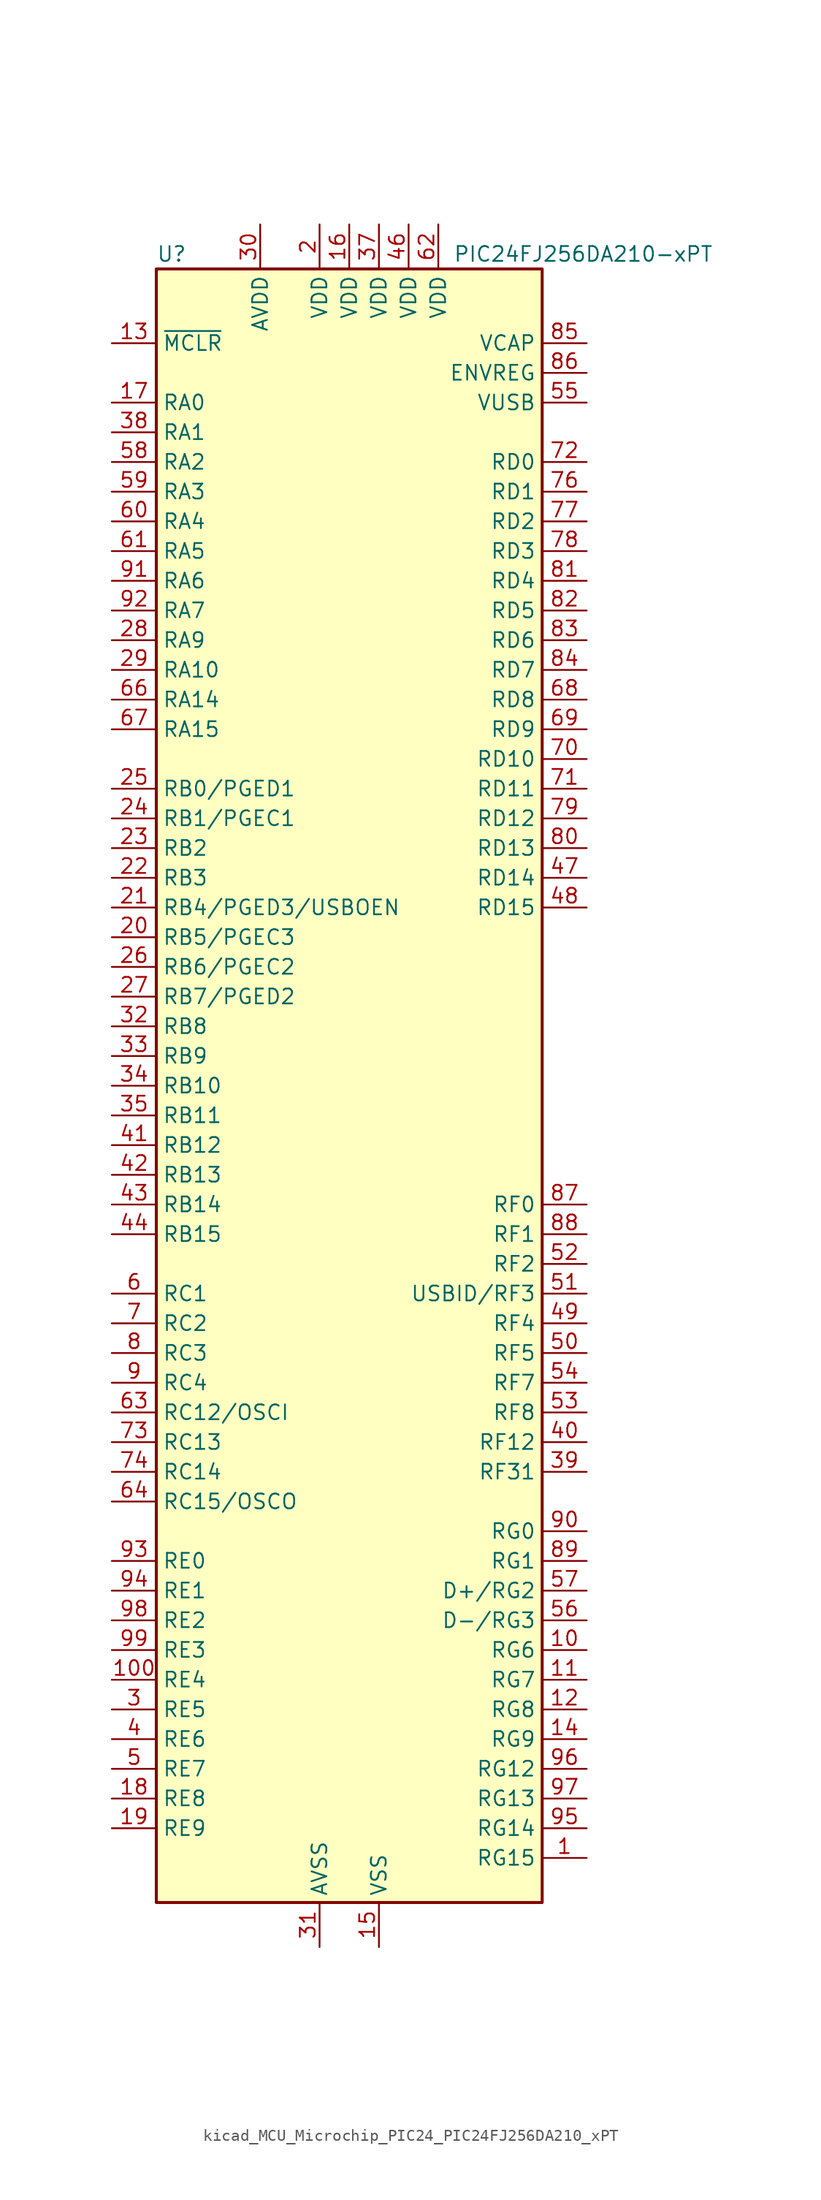
<source format=kicad_sym>
(kicad_symbol_lib
  (version 20220914)
  (generator kicad_symbol_editor)
  (symbol "kicad_MCU_Microchip_PIC24_PIC24FJ256DA210_xPT"
    (property "Reference" "U"
      (at -16.51 71.12 0)
      (effects (font (size 1.27 1.27)) (justify left)))
    (property "Value" "PIC24FJ256DA210-xPT"
      (at 8.89 71.12 0)
      (effects (font (size 1.27 1.27)) (justify left)))
    (symbol "kicad_MCU_Microchip_PIC24_PIC24FJ256DA210_xPT_1_1"
      (rectangle (start -16.51 69.85) (end 16.51 -69.85) (stroke (width 0.254) (type default)) (fill (type background)))
      (pin bidirectional line (at 20.32 -66.04 180) (length 3.81) (name "RG15" (effects (font (size 1.27 1.27)))) (number "1" (effects (font (size 1.27 1.27)))))
      (pin bidirectional line (at 20.32 -48.26 180) (length 3.81) (name "RG6" (effects (font (size 1.27 1.27)))) (number "10" (effects (font (size 1.27 1.27)))))
      (pin bidirectional line (at -20.32 -50.8 0) (length 3.81) (name "RE4" (effects (font (size 1.27 1.27)))) (number "100" (effects (font (size 1.27 1.27)))))
      (pin bidirectional line (at 20.32 -50.8 180) (length 3.81) (name "RG7" (effects (font (size 1.27 1.27)))) (number "11" (effects (font (size 1.27 1.27)))))
      (pin bidirectional line (at 20.32 -53.34 180) (length 3.81) (name "RG8" (effects (font (size 1.27 1.27)))) (number "12" (effects (font (size 1.27 1.27)))))
      (pin input line (at -20.32 63.5 0) (length 3.81) (name "~{MCLR}" (effects (font (size 1.27 1.27)))) (number "13" (effects (font (size 1.27 1.27)))))
      (pin bidirectional line (at 20.32 -55.88 180) (length 3.81) (name "RG9" (effects (font (size 1.27 1.27)))) (number "14" (effects (font (size 1.27 1.27)))))
      (pin power_in line (at 2.54 -73.66 90) (length 3.81) (name "VSS" (effects (font (size 1.27 1.27)))) (number "15" (effects (font (size 1.27 1.27)))))
      (pin power_in line (at 0 73.66 270) (length 3.81) (name "VDD" (effects (font (size 1.27 1.27)))) (number "16" (effects (font (size 1.27 1.27)))))
      (pin bidirectional line (at -20.32 58.42 0) (length 3.81) (name "RA0" (effects (font (size 1.27 1.27)))) (number "17" (effects (font (size 1.27 1.27)))))
      (pin bidirectional line (at -20.32 -60.96 0) (length 3.81) (name "RE8" (effects (font (size 1.27 1.27)))) (number "18" (effects (font (size 1.27 1.27)))))
      (pin bidirectional line (at -20.32 -63.5 0) (length 3.81) (name "RE9" (effects (font (size 1.27 1.27)))) (number "19" (effects (font (size 1.27 1.27)))))
      (pin power_in line (at -2.54 73.66 270) (length 3.81) (name "VDD" (effects (font (size 1.27 1.27)))) (number "2" (effects (font (size 1.27 1.27)))))
      (pin bidirectional line (at -20.32 12.7 0) (length 3.81) (name "RB5/PGEC3" (effects (font (size 1.27 1.27)))) (number "20" (effects (font (size 1.27 1.27)))))
      (pin bidirectional line (at -20.32 15.24 0) (length 3.81) (name "RB4/PGED3/USBOEN" (effects (font (size 1.27 1.27)))) (number "21" (effects (font (size 1.27 1.27)))))
      (pin bidirectional line (at -20.32 17.78 0) (length 3.81) (name "RB3" (effects (font (size 1.27 1.27)))) (number "22" (effects (font (size 1.27 1.27)))))
      (pin bidirectional line (at -20.32 20.32 0) (length 3.81) (name "RB2" (effects (font (size 1.27 1.27)))) (number "23" (effects (font (size 1.27 1.27)))))
      (pin bidirectional line (at -20.32 22.86 0) (length 3.81) (name "RB1/PGEC1" (effects (font (size 1.27 1.27)))) (number "24" (effects (font (size 1.27 1.27)))))
      (pin bidirectional line (at -20.32 25.4 0) (length 3.81) (name "RB0/PGED1" (effects (font (size 1.27 1.27)))) (number "25" (effects (font (size 1.27 1.27)))))
      (pin bidirectional line (at -20.32 10.16 0) (length 3.81) (name "RB6/PGEC2" (effects (font (size 1.27 1.27)))) (number "26" (effects (font (size 1.27 1.27)))))
      (pin bidirectional line (at -20.32 7.62 0) (length 3.81) (name "RB7/PGED2" (effects (font (size 1.27 1.27)))) (number "27" (effects (font (size 1.27 1.27)))))
      (pin bidirectional line (at -20.32 38.1 0) (length 3.81) (name "RA9" (effects (font (size 1.27 1.27)))) (number "28" (effects (font (size 1.27 1.27)))))
      (pin bidirectional line (at -20.32 35.56 0) (length 3.81) (name "RA10" (effects (font (size 1.27 1.27)))) (number "29" (effects (font (size 1.27 1.27)))))
      (pin bidirectional line (at -20.32 -53.34 0) (length 3.81) (name "RE5" (effects (font (size 1.27 1.27)))) (number "3" (effects (font (size 1.27 1.27)))))
      (pin power_in line (at -7.62 73.66 270) (length 3.81) (name "AVDD" (effects (font (size 1.27 1.27)))) (number "30" (effects (font (size 1.27 1.27)))))
      (pin power_in line (at -2.54 -73.66 90) (length 3.81) (name "AVSS" (effects (font (size 1.27 1.27)))) (number "31" (effects (font (size 1.27 1.27)))))
      (pin bidirectional line (at -20.32 5.08 0) (length 3.81) (name "RB8" (effects (font (size 1.27 1.27)))) (number "32" (effects (font (size 1.27 1.27)))))
      (pin bidirectional line (at -20.32 2.54 0) (length 3.81) (name "RB9" (effects (font (size 1.27 1.27)))) (number "33" (effects (font (size 1.27 1.27)))))
      (pin bidirectional line (at -20.32 0 0) (length 3.81) (name "RB10" (effects (font (size 1.27 1.27)))) (number "34" (effects (font (size 1.27 1.27)))))
      (pin bidirectional line (at -20.32 -2.54 0) (length 3.81) (name "RB11" (effects (font (size 1.27 1.27)))) (number "35" (effects (font (size 1.27 1.27)))))
      (pin passive line (at 2.54 -73.66 90) (length 3.81) hide (name "VSS" (effects (font (size 1.27 1.27)))) (number "36" (effects (font (size 1.27 1.27)))))
      (pin power_in line (at 2.54 73.66 270) (length 3.81) (name "VDD" (effects (font (size 1.27 1.27)))) (number "37" (effects (font (size 1.27 1.27)))))
      (pin bidirectional line (at -20.32 55.88 0) (length 3.81) (name "RA1" (effects (font (size 1.27 1.27)))) (number "38" (effects (font (size 1.27 1.27)))))
      (pin bidirectional line (at 20.32 -33.02 180) (length 3.81) (name "RF31" (effects (font (size 1.27 1.27)))) (number "39" (effects (font (size 1.27 1.27)))))
      (pin bidirectional line (at -20.32 -55.88 0) (length 3.81) (name "RE6" (effects (font (size 1.27 1.27)))) (number "4" (effects (font (size 1.27 1.27)))))
      (pin bidirectional line (at 20.32 -30.48 180) (length 3.81) (name "RF12" (effects (font (size 1.27 1.27)))) (number "40" (effects (font (size 1.27 1.27)))))
      (pin bidirectional line (at -20.32 -5.08 0) (length 3.81) (name "RB12" (effects (font (size 1.27 1.27)))) (number "41" (effects (font (size 1.27 1.27)))))
      (pin bidirectional line (at -20.32 -7.62 0) (length 3.81) (name "RB13" (effects (font (size 1.27 1.27)))) (number "42" (effects (font (size 1.27 1.27)))))
      (pin bidirectional line (at -20.32 -10.16 0) (length 3.81) (name "RB14" (effects (font (size 1.27 1.27)))) (number "43" (effects (font (size 1.27 1.27)))))
      (pin bidirectional line (at -20.32 -12.7 0) (length 3.81) (name "RB15" (effects (font (size 1.27 1.27)))) (number "44" (effects (font (size 1.27 1.27)))))
      (pin passive line (at 2.54 -73.66 90) (length 3.81) hide (name "VSS" (effects (font (size 1.27 1.27)))) (number "45" (effects (font (size 1.27 1.27)))))
      (pin power_in line (at 5.08 73.66 270) (length 3.81) (name "VDD" (effects (font (size 1.27 1.27)))) (number "46" (effects (font (size 1.27 1.27)))))
      (pin bidirectional line (at 20.32 17.78 180) (length 3.81) (name "RD14" (effects (font (size 1.27 1.27)))) (number "47" (effects (font (size 1.27 1.27)))))
      (pin bidirectional line (at 20.32 15.24 180) (length 3.81) (name "RD15" (effects (font (size 1.27 1.27)))) (number "48" (effects (font (size 1.27 1.27)))))
      (pin bidirectional line (at 20.32 -20.32 180) (length 3.81) (name "RF4" (effects (font (size 1.27 1.27)))) (number "49" (effects (font (size 1.27 1.27)))))
      (pin bidirectional line (at -20.32 -58.42 0) (length 3.81) (name "RE7" (effects (font (size 1.27 1.27)))) (number "5" (effects (font (size 1.27 1.27)))))
      (pin bidirectional line (at 20.32 -22.86 180) (length 3.81) (name "RF5" (effects (font (size 1.27 1.27)))) (number "50" (effects (font (size 1.27 1.27)))))
      (pin bidirectional line (at 20.32 -17.78 180) (length 3.81) (name "USBID/RF3" (effects (font (size 1.27 1.27)))) (number "51" (effects (font (size 1.27 1.27)))))
      (pin bidirectional line (at 20.32 -15.24 180) (length 3.81) (name "RF2" (effects (font (size 1.27 1.27)))) (number "52" (effects (font (size 1.27 1.27)))))
      (pin bidirectional line (at 20.32 -27.94 180) (length 3.81) (name "RF8" (effects (font (size 1.27 1.27)))) (number "53" (effects (font (size 1.27 1.27)))))
      (pin bidirectional line (at 20.32 -25.4 180) (length 3.81) (name "RF7" (effects (font (size 1.27 1.27)))) (number "54" (effects (font (size 1.27 1.27)))))
      (pin bidirectional line (at 20.32 58.42 180) (length 3.81) (name "VUSB" (effects (font (size 1.27 1.27)))) (number "55" (effects (font (size 1.27 1.27)))))
      (pin bidirectional line (at 20.32 -45.72 180) (length 3.81) (name "D-/RG3" (effects (font (size 1.27 1.27)))) (number "56" (effects (font (size 1.27 1.27)))))
      (pin bidirectional line (at 20.32 -43.18 180) (length 3.81) (name "D+/RG2" (effects (font (size 1.27 1.27)))) (number "57" (effects (font (size 1.27 1.27)))))
      (pin bidirectional line (at -20.32 53.34 0) (length 3.81) (name "RA2" (effects (font (size 1.27 1.27)))) (number "58" (effects (font (size 1.27 1.27)))))
      (pin bidirectional line (at -20.32 50.8 0) (length 3.81) (name "RA3" (effects (font (size 1.27 1.27)))) (number "59" (effects (font (size 1.27 1.27)))))
      (pin bidirectional line (at -20.32 -17.78 0) (length 3.81) (name "RC1" (effects (font (size 1.27 1.27)))) (number "6" (effects (font (size 1.27 1.27)))))
      (pin bidirectional line (at -20.32 48.26 0) (length 3.81) (name "RA4" (effects (font (size 1.27 1.27)))) (number "60" (effects (font (size 1.27 1.27)))))
      (pin bidirectional line (at -20.32 45.72 0) (length 3.81) (name "RA5" (effects (font (size 1.27 1.27)))) (number "61" (effects (font (size 1.27 1.27)))))
      (pin power_in line (at 7.62 73.66 270) (length 3.81) (name "VDD" (effects (font (size 1.27 1.27)))) (number "62" (effects (font (size 1.27 1.27)))))
      (pin bidirectional line (at -20.32 -27.94 0) (length 3.81) (name "RC12/OSCI" (effects (font (size 1.27 1.27)))) (number "63" (effects (font (size 1.27 1.27)))))
      (pin bidirectional line (at -20.32 -35.56 0) (length 3.81) (name "RC15/OSCO" (effects (font (size 1.27 1.27)))) (number "64" (effects (font (size 1.27 1.27)))))
      (pin passive line (at 2.54 -73.66 90) (length 3.81) hide (name "VSS" (effects (font (size 1.27 1.27)))) (number "65" (effects (font (size 1.27 1.27)))))
      (pin bidirectional line (at -20.32 33.02 0) (length 3.81) (name "RA14" (effects (font (size 1.27 1.27)))) (number "66" (effects (font (size 1.27 1.27)))))
      (pin bidirectional line (at -20.32 30.48 0) (length 3.81) (name "RA15" (effects (font (size 1.27 1.27)))) (number "67" (effects (font (size 1.27 1.27)))))
      (pin bidirectional line (at 20.32 33.02 180) (length 3.81) (name "RD8" (effects (font (size 1.27 1.27)))) (number "68" (effects (font (size 1.27 1.27)))))
      (pin bidirectional line (at 20.32 30.48 180) (length 3.81) (name "RD9" (effects (font (size 1.27 1.27)))) (number "69" (effects (font (size 1.27 1.27)))))
      (pin bidirectional line (at -20.32 -20.32 0) (length 3.81) (name "RC2" (effects (font (size 1.27 1.27)))) (number "7" (effects (font (size 1.27 1.27)))))
      (pin bidirectional line (at 20.32 27.94 180) (length 3.81) (name "RD10" (effects (font (size 1.27 1.27)))) (number "70" (effects (font (size 1.27 1.27)))))
      (pin bidirectional line (at 20.32 25.4 180) (length 3.81) (name "RD11" (effects (font (size 1.27 1.27)))) (number "71" (effects (font (size 1.27 1.27)))))
      (pin bidirectional line (at 20.32 53.34 180) (length 3.81) (name "RD0" (effects (font (size 1.27 1.27)))) (number "72" (effects (font (size 1.27 1.27)))))
      (pin bidirectional line (at -20.32 -30.48 0) (length 3.81) (name "RC13" (effects (font (size 1.27 1.27)))) (number "73" (effects (font (size 1.27 1.27)))))
      (pin bidirectional line (at -20.32 -33.02 0) (length 3.81) (name "RC14" (effects (font (size 1.27 1.27)))) (number "74" (effects (font (size 1.27 1.27)))))
      (pin passive line (at 2.54 -73.66 90) (length 3.81) hide (name "VSS" (effects (font (size 1.27 1.27)))) (number "75" (effects (font (size 1.27 1.27)))))
      (pin bidirectional line (at 20.32 50.8 180) (length 3.81) (name "RD1" (effects (font (size 1.27 1.27)))) (number "76" (effects (font (size 1.27 1.27)))))
      (pin bidirectional line (at 20.32 48.26 180) (length 3.81) (name "RD2" (effects (font (size 1.27 1.27)))) (number "77" (effects (font (size 1.27 1.27)))))
      (pin bidirectional line (at 20.32 45.72 180) (length 3.81) (name "RD3" (effects (font (size 1.27 1.27)))) (number "78" (effects (font (size 1.27 1.27)))))
      (pin bidirectional line (at 20.32 22.86 180) (length 3.81) (name "RD12" (effects (font (size 1.27 1.27)))) (number "79" (effects (font (size 1.27 1.27)))))
      (pin bidirectional line (at -20.32 -22.86 0) (length 3.81) (name "RC3" (effects (font (size 1.27 1.27)))) (number "8" (effects (font (size 1.27 1.27)))))
      (pin bidirectional line (at 20.32 20.32 180) (length 3.81) (name "RD13" (effects (font (size 1.27 1.27)))) (number "80" (effects (font (size 1.27 1.27)))))
      (pin bidirectional line (at 20.32 43.18 180) (length 3.81) (name "RD4" (effects (font (size 1.27 1.27)))) (number "81" (effects (font (size 1.27 1.27)))))
      (pin bidirectional line (at 20.32 40.64 180) (length 3.81) (name "RD5" (effects (font (size 1.27 1.27)))) (number "82" (effects (font (size 1.27 1.27)))))
      (pin bidirectional line (at 20.32 38.1 180) (length 3.81) (name "RD6" (effects (font (size 1.27 1.27)))) (number "83" (effects (font (size 1.27 1.27)))))
      (pin bidirectional line (at 20.32 35.56 180) (length 3.81) (name "RD7" (effects (font (size 1.27 1.27)))) (number "84" (effects (font (size 1.27 1.27)))))
      (pin passive line (at 20.32 63.5 180) (length 3.81) (name "VCAP" (effects (font (size 1.27 1.27)))) (number "85" (effects (font (size 1.27 1.27)))))
      (pin input line (at 20.32 60.96 180) (length 3.81) (name "ENVREG" (effects (font (size 1.27 1.27)))) (number "86" (effects (font (size 1.27 1.27)))))
      (pin bidirectional line (at 20.32 -10.16 180) (length 3.81) (name "RF0" (effects (font (size 1.27 1.27)))) (number "87" (effects (font (size 1.27 1.27)))))
      (pin bidirectional line (at 20.32 -12.7 180) (length 3.81) (name "RF1" (effects (font (size 1.27 1.27)))) (number "88" (effects (font (size 1.27 1.27)))))
      (pin bidirectional line (at 20.32 -40.64 180) (length 3.81) (name "RG1" (effects (font (size 1.27 1.27)))) (number "89" (effects (font (size 1.27 1.27)))))
      (pin bidirectional line (at -20.32 -25.4 0) (length 3.81) (name "RC4" (effects (font (size 1.27 1.27)))) (number "9" (effects (font (size 1.27 1.27)))))
      (pin bidirectional line (at 20.32 -38.1 180) (length 3.81) (name "RG0" (effects (font (size 1.27 1.27)))) (number "90" (effects (font (size 1.27 1.27)))))
      (pin bidirectional line (at -20.32 43.18 0) (length 3.81) (name "RA6" (effects (font (size 1.27 1.27)))) (number "91" (effects (font (size 1.27 1.27)))))
      (pin bidirectional line (at -20.32 40.64 0) (length 3.81) (name "RA7" (effects (font (size 1.27 1.27)))) (number "92" (effects (font (size 1.27 1.27)))))
      (pin bidirectional line (at -20.32 -40.64 0) (length 3.81) (name "RE0" (effects (font (size 1.27 1.27)))) (number "93" (effects (font (size 1.27 1.27)))))
      (pin bidirectional line (at -20.32 -43.18 0) (length 3.81) (name "RE1" (effects (font (size 1.27 1.27)))) (number "94" (effects (font (size 1.27 1.27)))))
      (pin bidirectional line (at 20.32 -63.5 180) (length 3.81) (name "RG14" (effects (font (size 1.27 1.27)))) (number "95" (effects (font (size 1.27 1.27)))))
      (pin bidirectional line (at 20.32 -58.42 180) (length 3.81) (name "RG12" (effects (font (size 1.27 1.27)))) (number "96" (effects (font (size 1.27 1.27)))))
      (pin bidirectional line (at 20.32 -60.96 180) (length 3.81) (name "RG13" (effects (font (size 1.27 1.27)))) (number "97" (effects (font (size 1.27 1.27)))))
      (pin bidirectional line (at -20.32 -45.72 0) (length 3.81) (name "RE2" (effects (font (size 1.27 1.27)))) (number "98" (effects (font (size 1.27 1.27)))))
      (pin bidirectional line (at -20.32 -48.26 0) (length 3.81) (name "RE3" (effects (font (size 1.27 1.27)))) (number "99" (effects (font (size 1.27 1.27))))))))
</source>
